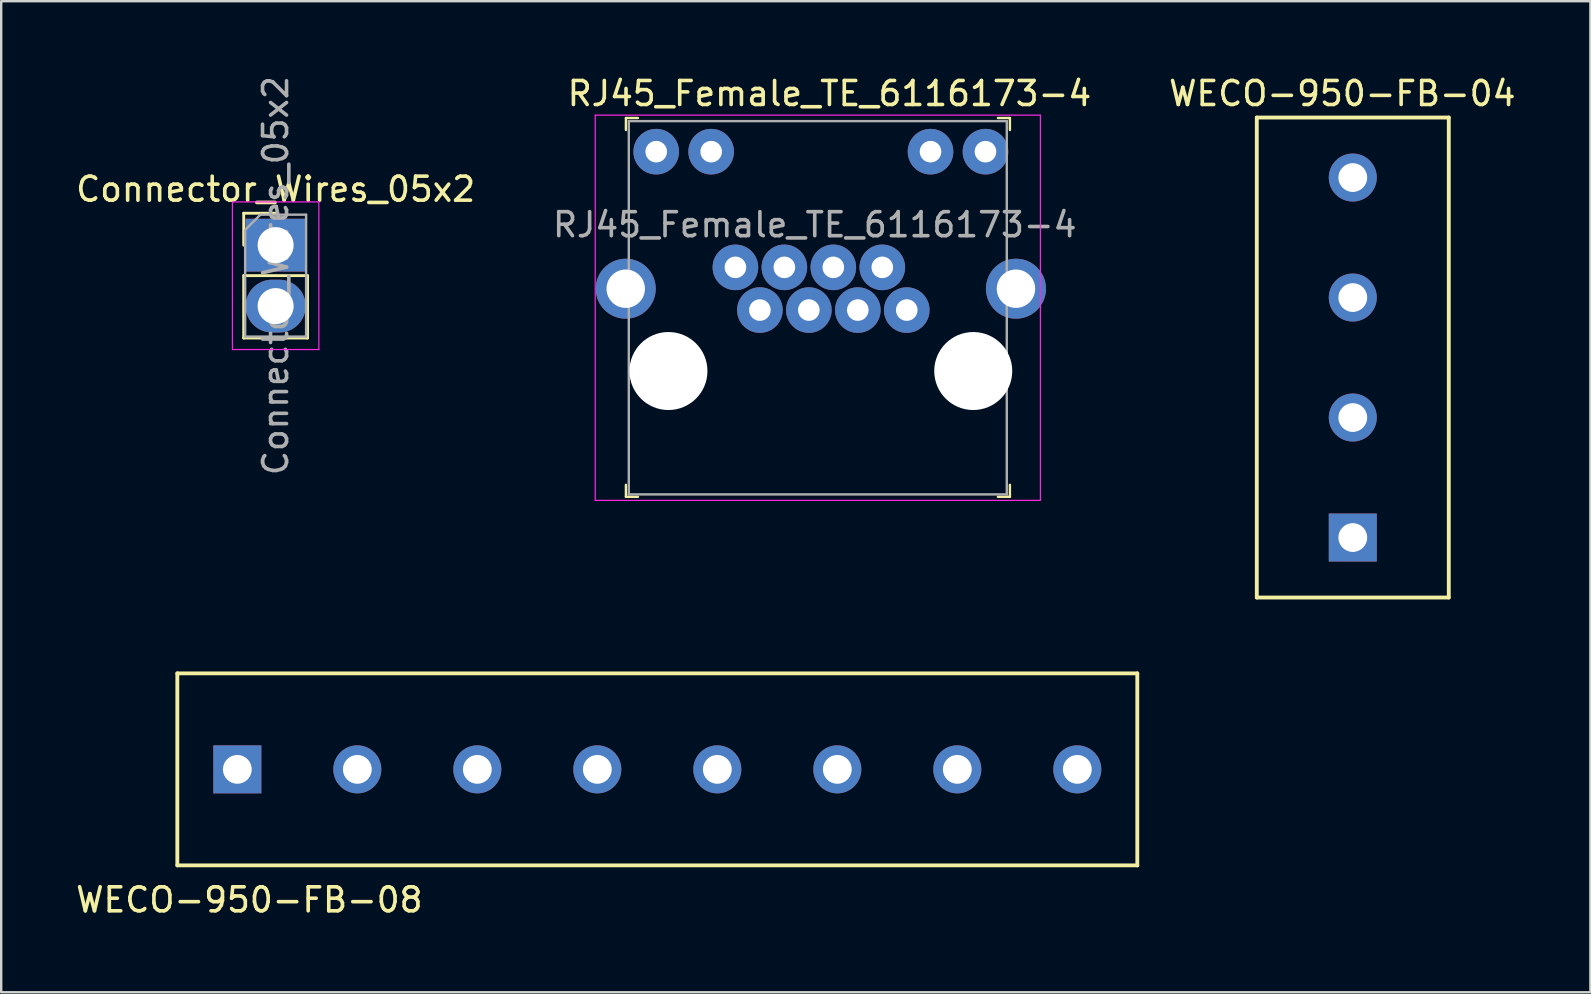
<source format=kicad_pcb>
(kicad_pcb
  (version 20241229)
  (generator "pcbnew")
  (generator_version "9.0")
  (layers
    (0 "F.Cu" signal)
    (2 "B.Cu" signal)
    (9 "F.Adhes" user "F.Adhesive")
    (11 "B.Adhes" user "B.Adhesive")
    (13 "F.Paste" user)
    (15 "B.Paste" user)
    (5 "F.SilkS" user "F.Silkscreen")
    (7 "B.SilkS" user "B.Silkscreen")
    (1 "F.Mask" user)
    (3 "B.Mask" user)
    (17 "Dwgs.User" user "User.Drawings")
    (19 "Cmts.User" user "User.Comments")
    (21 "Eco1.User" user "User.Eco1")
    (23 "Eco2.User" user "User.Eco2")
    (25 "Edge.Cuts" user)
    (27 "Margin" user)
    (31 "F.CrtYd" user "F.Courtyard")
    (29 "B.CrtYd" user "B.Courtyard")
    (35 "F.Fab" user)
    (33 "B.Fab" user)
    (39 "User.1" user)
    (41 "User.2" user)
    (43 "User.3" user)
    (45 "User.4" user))
  (footprint "Connector_Wires_05x2"
    (layer "F.Cu")
    (at 8.435 7.165)
    (property "Reference" "Connector_Wires_05x2" (at 0 -2.33 0) (layer "F.SilkS") (effects (font (size 1 1) (thickness 0.15))))
    (attr through_hole)
    (fp_line (start -1.33 -1.33) (end 0 -1.33) (stroke (width 0.12) (type solid)) (layer "F.SilkS"))
    (fp_line (start -1.33 0) (end -1.33 -1.33) (stroke (width 0.12) (type solid)) (layer "F.SilkS"))
    (fp_line (start -1.33 1.27) (end -1.33 3.87) (stroke (width 0.12) (type solid)) (layer "F.SilkS"))
    (fp_line (start -1.33 1.27) (end 1.33 1.27) (stroke (width 0.12) (type solid)) (layer "F.SilkS"))
    (fp_line (start -1.33 3.87) (end 1.33 3.87) (stroke (width 0.12) (type solid)) (layer "F.SilkS"))
    (fp_line (start 1.33 1.27) (end 1.33 3.87) (stroke (width 0.12) (type solid)) (layer "F.SilkS"))
    (fp_line (start -1.8 -1.8) (end -1.8 4.35) (stroke (width 0.05) (type solid)) (layer "F.CrtYd"))
    (fp_line (start -1.8 4.35) (end 1.8 4.35) (stroke (width 0.05) (type solid)) (layer "F.CrtYd"))
    (fp_line (start 1.8 -1.8) (end -1.8 -1.8) (stroke (width 0.05) (type solid)) (layer "F.CrtYd"))
    (fp_line (start 1.8 4.35) (end 1.8 -1.8) (stroke (width 0.05) (type solid)) (layer "F.CrtYd"))
    (fp_line (start -1.27 -0.635) (end -0.635 -1.27) (stroke (width 0.1) (type solid)) (layer "F.Fab"))
    (fp_line (start -1.27 3.81) (end -1.27 -0.635) (stroke (width 0.1) (type solid)) (layer "F.Fab"))
    (fp_line (start -0.635 -1.27) (end 1.27 -1.27) (stroke (width 0.1) (type solid)) (layer "F.Fab"))
    (fp_line (start 1.27 -1.27) (end 1.27 3.81) (stroke (width 0.1) (type solid)) (layer "F.Fab"))
    (fp_line (start 1.27 3.81) (end -1.27 3.81) (stroke (width 0.1) (type solid)) (layer "F.Fab"))
    (fp_text user "${REFERENCE}" (at 0 1.27 90) (layer "F.Fab") (effects (font (size 1 1) (thickness 0.15))))
    (pad "1" thru_hole rect (at 0 0) (size 2.5 2.2) (drill 1.5) (layers "*.Cu" "*.Mask"))
    (pad "2" thru_hole oval (at 0 2.54) (size 2.5 2.2) (drill 1.5) (layers "*.Cu" "*.Mask")))
  (footprint "RJ45_Female_TE_6116173-4"
    (layer "F.Cu")
    (at 31.153 12.41)
    (property "Reference" "RJ45_Female_TE_6116173-4" (at 0.358 -11.562 0) (layer "F.SilkS") (effects (font (size 1 1) (thickness 0.15))))
    (attr through_hole)
    (fp_line (start -8.122 -10.542) (end -8.122 -10.042) (stroke (width 0.1) (type solid)) (layer "F.SilkS"))
    (fp_line (start -8.122 -10.542) (end -7.622 -10.542) (stroke (width 0.1) (type solid)) (layer "F.SilkS"))
    (fp_line (start -8.122 5.242) (end -8.122 4.742) (stroke (width 0.1) (type solid)) (layer "F.SilkS"))
    (fp_line (start -8.122 5.242) (end -7.622 5.242) (stroke (width 0.1) (type solid)) (layer "F.SilkS"))
    (fp_line (start 7.878 -10.542) (end 7.378 -10.542) (stroke (width 0.1) (type solid)) (layer "F.SilkS"))
    (fp_line (start 7.878 -10.542) (end 7.878 -10.042) (stroke (width 0.1) (type solid)) (layer "F.SilkS"))
    (fp_line (start 7.878 5.242) (end 7.378 5.242) (stroke (width 0.1) (type solid)) (layer "F.SilkS"))
    (fp_line (start 7.878 5.242) (end 7.878 4.742) (stroke (width 0.1) (type solid)) (layer "F.SilkS"))
    (fp_line (start -9.402 -10.662) (end -9.402 5.392) (stroke (width 0.05) (type solid)) (layer "F.CrtYd"))
    (fp_line (start 9.148 -10.662) (end -9.402 -10.662) (stroke (width 0.05) (type solid)) (layer "F.CrtYd"))
    (fp_line (start 9.148 -10.662) (end 9.148 5.392) (stroke (width 0.05) (type solid)) (layer "F.CrtYd"))
    (fp_line (start 9.148 5.392) (end -9.402 5.392) (stroke (width 0.05) (type solid)) (layer "F.CrtYd"))
    (fp_line (start -8.002 -10.412) (end -8.002 5.142) (stroke (width 0.1) (type solid)) (layer "F.Fab"))
    (fp_line (start -8.002 -10.412) (end 7.748 -10.412) (stroke (width 0.1) (type solid)) (layer "F.Fab"))
    (fp_line (start -8.002 5.142) (end 7.748 5.142) (stroke (width 0.1) (type solid)) (layer "F.Fab"))
    (fp_line (start 7.748 -10.412) (end 7.748 5.142) (stroke (width 0.1) (type solid)) (layer "F.Fab"))
    (fp_text user "${REFERENCE}" (at -0.254 -6.096 0) (layer "F.Fab") (effects (font (size 1 1) (thickness 0.15))))
    (pad "" np_thru_hole circle (at -6.35 0 90) (size 3.25 3.25) (drill 3.25) (layers "*.Cu" "*.Mask"))
    (pad "" np_thru_hole circle (at 6.35 0) (size 3.25 3.25) (drill 3.25) (layers "*.Cu" "*.Mask"))
    (pad "1" thru_hole circle (at 3.58 -2.54) (size 1.9 1.9) (drill 0.9) (layers "*.Cu" "*.Mask"))
    (pad "2" thru_hole circle (at 2.56 -4.32) (size 1.9 1.9) (drill 0.9) (layers "*.Cu" "*.Mask"))
    (pad "3" thru_hole circle (at 1.54 -2.54) (size 1.9 1.9) (drill 0.9) (layers "*.Cu" "*.Mask"))
    (pad "4" thru_hole circle (at 0.52 -4.32) (size 1.9 1.9) (drill 0.9) (layers "*.Cu" "*.Mask"))
    (pad "5" thru_hole circle (at -0.5 -2.54) (size 1.9 1.9) (drill 0.9) (layers "*.Cu" "*.Mask"))
    (pad "6" thru_hole circle (at -1.52 -4.32) (size 1.9 1.9) (drill 0.9) (layers "*.Cu" "*.Mask"))
    (pad "7" thru_hole circle (at -2.54 -2.54) (size 1.9 1.9) (drill 0.9) (layers "*.Cu" "*.Mask"))
    (pad "8" thru_hole circle (at -3.56 -4.32) (size 1.9 1.9) (drill 0.9) (layers "*.Cu" "*.Mask"))
    (pad "9" thru_hole circle (at -4.57 -9.14) (size 1.9 1.9) (drill 0.9) (layers "*.Cu" "*.Mask"))
    (pad "10" thru_hole circle (at -6.86 -9.14) (size 1.9 1.9) (drill 0.9) (layers "*.Cu" "*.Mask"))
    (pad "11" thru_hole circle (at 6.86 -9.14) (size 1.9 1.9) (drill 0.9) (layers "*.Cu" "*.Mask"))
    (pad "12" thru_hole circle (at 4.57 -9.14) (size 1.9 1.9) (drill 0.9) (layers "*.Cu" "*.Mask"))
    (pad "SH" thru_hole circle (at -8.13 -3.43) (size 2.5 2.5) (drill 1.6) (layers "*.Cu" "*.Mask"))
    (pad "SH" thru_hole circle (at 8.13 -3.43) (size 2.5 2.5) (drill 1.6) (layers "*.Cu" "*.Mask")))
  (footprint "WECO-950-FB-08"
    (layer "F.Cu")
    (at 4.339 29.446)
    (property "Reference" "WECO-950-FB-08" (at 3 5 0) (layer "F.SilkS") (effects (font (size 1 1) (thickness 0.15))))
    (attr through_hole)
    (fp_line (start 0 -4.438) (end 0 3.562) (stroke (width 0.16) (type solid)) (layer "F.SilkS"))
    (fp_line (start 0 -4.438) (end 40 -4.438) (stroke (width 0.16) (type solid)) (layer "F.SilkS"))
    (fp_line (start 40 -4.438) (end 40 3.562) (stroke (width 0.16) (type solid)) (layer "F.SilkS"))
    (fp_line (start 40 3.562) (end 0 3.562) (stroke (width 0.16) (type solid)) (layer "F.SilkS"))
    (pad "1" thru_hole rect (at 2.5 -0.438) (size 2 2) (drill 1.2) (layers "*.Cu" "*.Mask"))
    (pad "2" thru_hole circle (at 7.5 -0.438) (size 2 2) (drill 1.2) (layers "*.Cu" "*.Mask"))
    (pad "3" thru_hole circle (at 12.5 -0.438) (size 2 2) (drill 1.2) (layers "*.Cu" "*.Mask"))
    (pad "4" thru_hole circle (at 17.5 -0.438) (size 2 2) (drill 1.2) (layers "*.Cu" "*.Mask"))
    (pad "5" thru_hole circle (at 22.5 -0.438) (size 2 2) (drill 1.2) (layers "*.Cu" "*.Mask"))
    (pad "6" thru_hole circle (at 27.5 -0.438) (size 2 2) (drill 1.2) (layers "*.Cu" "*.Mask"))
    (pad "7" thru_hole circle (at 32.5 -0.438) (size 2 2) (drill 1.2) (layers "*.Cu" "*.Mask"))
    (pad "8" thru_hole circle (at 37.5 -0.438) (size 2 2) (drill 1.2) (layers "*.Cu" "*.Mask")))
  (footprint "WECO-950-FB-04"
    (layer "F.Cu")
    (at 52.88 1.848)
    (property "Reference" "WECO-950-FB-04" (at 0 -1 0) (layer "F.SilkS") (effects (font (size 1 1) (thickness 0.15))))
    (attr through_hole)
    (fp_line (start -3.562 0) (end 4.438 0) (stroke (width 0.16) (type solid)) (layer "F.SilkS"))
    (fp_line (start -3.562 20) (end -3.562 0) (stroke (width 0.16) (type solid)) (layer "F.SilkS"))
    (fp_line (start -3.562 20) (end 4.438 20) (stroke (width 0.16) (type solid)) (layer "F.SilkS"))
    (fp_line (start 4.438 0) (end 4.438 20) (stroke (width 0.16) (type solid)) (layer "F.SilkS"))
    (pad "1" thru_hole rect (at 0.438 17.5) (size 2 2) (drill 1.2) (layers "*.Cu" "*.Mask"))
    (pad "2" thru_hole circle (at 0.438 12.5) (size 2 2) (drill 1.2) (layers "*.Cu" "*.Mask"))
    (pad "3" thru_hole circle (at 0.438 7.5) (size 2 2) (drill 1.2) (layers "*.Cu" "*.Mask"))
    (pad "4" thru_hole circle (at 0.438 2.5) (size 2 2) (drill 1.2) (layers "*.Cu" "*.Mask")))
  (gr_rect
    (start -3 -3)
    (end 63.219 38.295)
    (stroke (width 0.1) (type default))
    (fill no)
    (layer "Edge.Cuts")))
</source>
